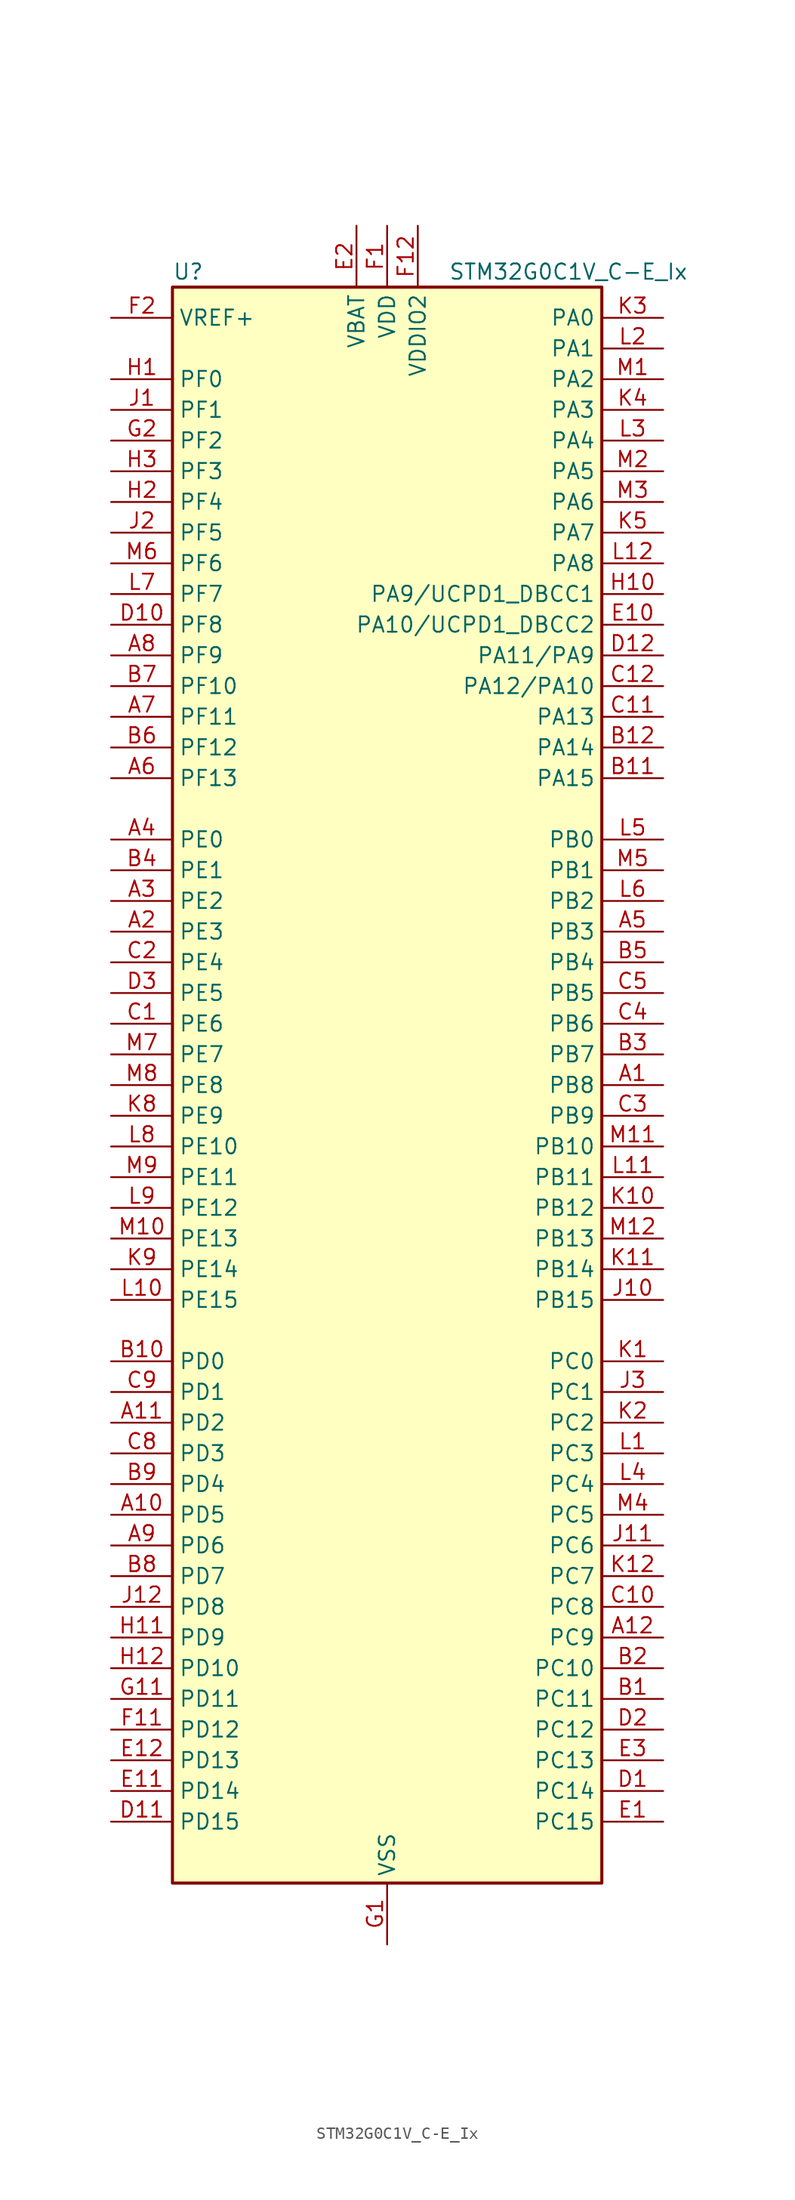
<source format=kicad_sym>
(kicad_symbol_lib
  (version 20231120)
  (generator "kicad_symbol_editor")
  (generator_version "8.0")
  (symbol "STM32G0C1V_C-E_Ix"
    (property "Reference" "U"
      (at -17.78 67.31 0)
      (effects (font (size 1.27 1.27)) (justify left)))
    (property "Value" "STM32G0C1V_C-E_Ix"
      (at 5.08 67.31 0)
      (effects (font (size 1.27 1.27)) (justify left)))
    (property "ki_locked" ""
      (at 0 0 0)
      (effects (font (size 1.27 1.27))))
    (symbol "STM32G0C1V_C-E_Ix_0_1"
      (rectangle (start -17.78 -66.04) (end 17.78 66.04) (stroke (width 0.254) (type default)) (fill (type background))))
    (symbol "STM32G0C1V_C-E_Ix_1_1"
      (pin bidirectional line (at 22.86 0 180) (length 5.08) (name "PB8" (effects (font (size 1.27 1.27)))) (number "A1" (effects (font (size 1.27 1.27)))) (alternate "CEC" bidirectional line) (alternate "FDCAN1_RX" bidirectional line) (alternate "I2C1_SCL" bidirectional line) (alternate "I2S2_CK" bidirectional line) (alternate "SPI2_SCK" bidirectional line) (alternate "TIM15_BK" bidirectional line) (alternate "TIM16_CH1" bidirectional line) (alternate "TIM4_CH3" bidirectional line) (alternate "USART3_TX" bidirectional line) (alternate "USART6_TX" bidirectional line))
      (pin bidirectional line (at -22.86 -35.56 0) (length 5.08) (name "PD5" (effects (font (size 1.27 1.27)))) (number "A10" (effects (font (size 1.27 1.27)))) (alternate "I2S1_MCK" bidirectional line) (alternate "SPI1_MISO" bidirectional line) (alternate "TIM1_BK" bidirectional line) (alternate "USART2_TX" bidirectional line) (alternate "USART5_CTS" bidirectional line) (alternate "USART5_NSS" bidirectional line))
      (pin bidirectional line (at -22.86 -27.94 0) (length 5.08) (name "PD2" (effects (font (size 1.27 1.27)))) (number "A11" (effects (font (size 1.27 1.27)))) (alternate "TIM1_CH1N" bidirectional line) (alternate "TIM3_ETR" bidirectional line) (alternate "UCPD2_CC2" bidirectional line) (alternate "USART3_CK" bidirectional line) (alternate "USART3_DE" bidirectional line) (alternate "USART3_RTS" bidirectional line) (alternate "USART5_RX" bidirectional line))
      (pin bidirectional line (at 22.86 -45.72 180) (length 5.08) (name "PC9" (effects (font (size 1.27 1.27)))) (number "A12" (effects (font (size 1.27 1.27)))) (alternate "DAC1_EXTI9" bidirectional line) (alternate "I2S_CKIN" bidirectional line) (alternate "LPUART2_DE" bidirectional line) (alternate "LPUART2_RTS" bidirectional line) (alternate "TIM1_CH2" bidirectional line) (alternate "TIM3_CH4" bidirectional line) (alternate "USB_NOE" bidirectional line))
      (pin bidirectional line (at -22.86 12.7 0) (length 5.08) (name "PE3" (effects (font (size 1.27 1.27)))) (number "A2" (effects (font (size 1.27 1.27)))) (alternate "TIM3_CH1" bidirectional line))
      (pin bidirectional line (at -22.86 15.24 0) (length 5.08) (name "PE2" (effects (font (size 1.27 1.27)))) (number "A3" (effects (font (size 1.27 1.27)))) (alternate "TIM3_ETR" bidirectional line))
      (pin bidirectional line (at -22.86 20.32 0) (length 5.08) (name "PE0" (effects (font (size 1.27 1.27)))) (number "A4" (effects (font (size 1.27 1.27)))) (alternate "TIM16_CH1" bidirectional line) (alternate "TIM4_ETR" bidirectional line))
      (pin bidirectional line (at 22.86 12.7 180) (length 5.08) (name "PB3" (effects (font (size 1.27 1.27)))) (number "A5" (effects (font (size 1.27 1.27)))) (alternate "COMP2_INM" bidirectional line) (alternate "I2C2_SCL" bidirectional line) (alternate "I2C3_SCL" bidirectional line) (alternate "I2S1_CK" bidirectional line) (alternate "SPI1_SCK" bidirectional line) (alternate "SPI3_SCK" bidirectional line) (alternate "TIM1_CH2" bidirectional line) (alternate "TIM2_CH2" bidirectional line) (alternate "USART1_CK" bidirectional line) (alternate "USART1_DE" bidirectional line) (alternate "USART1_RTS" bidirectional line) (alternate "USART5_TX" bidirectional line))
      (pin bidirectional line (at -22.86 25.4 0) (length 5.08) (name "PF13" (effects (font (size 1.27 1.27)))) (number "A6" (effects (font (size 1.27 1.27)))) (alternate "TIM15_CH2" bidirectional line))
      (pin bidirectional line (at -22.86 30.48 0) (length 5.08) (name "PF11" (effects (font (size 1.27 1.27)))) (number "A7" (effects (font (size 1.27 1.27)))) (alternate "ADC1_EXTI11" bidirectional line) (alternate "USART6_CK" bidirectional line) (alternate "USART6_DE" bidirectional line) (alternate "USART6_RTS" bidirectional line))
      (pin bidirectional line (at -22.86 35.56 0) (length 5.08) (name "PF9" (effects (font (size 1.27 1.27)))) (number "A8" (effects (font (size 1.27 1.27)))) (alternate "DAC1_EXTI9" bidirectional line) (alternate "USART6_TX" bidirectional line))
      (pin bidirectional line (at -22.86 -38.1 0) (length 5.08) (name "PD6" (effects (font (size 1.27 1.27)))) (number "A9" (effects (font (size 1.27 1.27)))) (alternate "I2S1_SD" bidirectional line) (alternate "LPTIM2_OUT" bidirectional line) (alternate "SPI1_MOSI" bidirectional line) (alternate "USART2_RX" bidirectional line))
      (pin bidirectional line (at 22.86 -50.8 180) (length 5.08) (name "PC11" (effects (font (size 1.27 1.27)))) (number "B1" (effects (font (size 1.27 1.27)))) (alternate "ADC1_EXTI11" bidirectional line) (alternate "SPI3_MISO" bidirectional line) (alternate "TIM1_CH4" bidirectional line) (alternate "USART3_RX" bidirectional line) (alternate "USART4_RX" bidirectional line))
      (pin bidirectional line (at -22.86 -22.86 0) (length 5.08) (name "PD0" (effects (font (size 1.27 1.27)))) (number "B10" (effects (font (size 1.27 1.27)))) (alternate "FDCAN1_RX" bidirectional line) (alternate "I2S2_WS" bidirectional line) (alternate "SPI2_NSS" bidirectional line) (alternate "TIM16_CH1" bidirectional line) (alternate "UCPD2_CC1" bidirectional line))
      (pin bidirectional line (at 22.86 25.4 180) (length 5.08) (name "PA15" (effects (font (size 1.27 1.27)))) (number "B11" (effects (font (size 1.27 1.27)))) (alternate "I2C2_SMBA" bidirectional line) (alternate "I2S1_WS" bidirectional line) (alternate "RCC_MCO_2" bidirectional line) (alternate "SPI1_NSS" bidirectional line) (alternate "SPI3_NSS" bidirectional line) (alternate "TIM2_CH1" bidirectional line) (alternate "TIM2_ETR" bidirectional line) (alternate "USART2_RX" bidirectional line) (alternate "USART3_CK" bidirectional line) (alternate "USART3_DE" bidirectional line) (alternate "USART3_RTS" bidirectional line) (alternate "USART4_CK" bidirectional line) (alternate "USART4_DE" bidirectional line) (alternate "USART4_RTS" bidirectional line) (alternate "USB_NOE" bidirectional line))
      (pin bidirectional line (at 22.86 27.94 180) (length 5.08) (name "PA14" (effects (font (size 1.27 1.27)))) (number "B12" (effects (font (size 1.27 1.27)))) (alternate "LPUART2_TX" bidirectional line) (alternate "SYS_SWCLK" bidirectional line) (alternate "USART2_TX" bidirectional line))
      (pin bidirectional line (at 22.86 -48.26 180) (length 5.08) (name "PC10" (effects (font (size 1.27 1.27)))) (number "B2" (effects (font (size 1.27 1.27)))) (alternate "SPI3_SCK" bidirectional line) (alternate "TIM1_CH3" bidirectional line) (alternate "USART3_TX" bidirectional line) (alternate "USART4_TX" bidirectional line))
      (pin bidirectional line (at 22.86 2.54 180) (length 5.08) (name "PB7" (effects (font (size 1.27 1.27)))) (number "B3" (effects (font (size 1.27 1.27)))) (alternate "COMP2_INM" bidirectional line) (alternate "I2C1_SDA" bidirectional line) (alternate "I2S2_SD" bidirectional line) (alternate "LPTIM1_IN2" bidirectional line) (alternate "LPUART2_RX" bidirectional line) (alternate "SPI2_MOSI" bidirectional line) (alternate "SYS_PVD_IN" bidirectional line) (alternate "TIM17_CH1N" bidirectional line) (alternate "TIM4_CH2" bidirectional line) (alternate "USART1_RX" bidirectional line) (alternate "USART4_CTS" bidirectional line) (alternate "USART4_NSS" bidirectional line))
      (pin bidirectional line (at -22.86 17.78 0) (length 5.08) (name "PE1" (effects (font (size 1.27 1.27)))) (number "B4" (effects (font (size 1.27 1.27)))) (alternate "TIM17_CH1" bidirectional line))
      (pin bidirectional line (at 22.86 10.16 180) (length 5.08) (name "PB4" (effects (font (size 1.27 1.27)))) (number "B5" (effects (font (size 1.27 1.27)))) (alternate "COMP2_INP" bidirectional line) (alternate "I2C2_SDA" bidirectional line) (alternate "I2C3_SDA" bidirectional line) (alternate "I2S1_MCK" bidirectional line) (alternate "SPI1_MISO" bidirectional line) (alternate "SPI3_MISO" bidirectional line) (alternate "TIM17_BK" bidirectional line) (alternate "TIM3_CH1" bidirectional line) (alternate "USART1_CTS" bidirectional line) (alternate "USART1_NSS" bidirectional line) (alternate "USART5_RX" bidirectional line))
      (pin bidirectional line (at -22.86 27.94 0) (length 5.08) (name "PF12" (effects (font (size 1.27 1.27)))) (number "B6" (effects (font (size 1.27 1.27)))) (alternate "TIM15_CH1" bidirectional line) (alternate "USART6_CTS" bidirectional line) (alternate "USART6_NSS" bidirectional line))
      (pin bidirectional line (at -22.86 33.02 0) (length 5.08) (name "PF10" (effects (font (size 1.27 1.27)))) (number "B7" (effects (font (size 1.27 1.27)))) (alternate "USART6_RX" bidirectional line))
      (pin bidirectional line (at -22.86 -40.64 0) (length 5.08) (name "PD7" (effects (font (size 1.27 1.27)))) (number "B8" (effects (font (size 1.27 1.27)))) (alternate "RCC_MCO_2" bidirectional line))
      (pin bidirectional line (at -22.86 -33.02 0) (length 5.08) (name "PD4" (effects (font (size 1.27 1.27)))) (number "B9" (effects (font (size 1.27 1.27)))) (alternate "I2S2_SD" bidirectional line) (alternate "SPI2_MOSI" bidirectional line) (alternate "TIM1_CH3N" bidirectional line) (alternate "USART2_CK" bidirectional line) (alternate "USART2_DE" bidirectional line) (alternate "USART2_RTS" bidirectional line) (alternate "USART5_CK" bidirectional line) (alternate "USART5_DE" bidirectional line) (alternate "USART5_RTS" bidirectional line))
      (pin bidirectional line (at -22.86 5.08 0) (length 5.08) (name "PE6" (effects (font (size 1.27 1.27)))) (number "C1" (effects (font (size 1.27 1.27)))) (alternate "RTC_TAMP_IN3" bidirectional line) (alternate "SYS_WKUP3" bidirectional line) (alternate "TIM3_CH4" bidirectional line))
      (pin bidirectional line (at 22.86 -43.18 180) (length 5.08) (name "PC8" (effects (font (size 1.27 1.27)))) (number "C10" (effects (font (size 1.27 1.27)))) (alternate "LPUART2_CTS" bidirectional line) (alternate "TIM1_CH1" bidirectional line) (alternate "TIM3_CH3" bidirectional line) (alternate "UCPD2_FRSTX1" bidirectional line) (alternate "UCPD2_FRSTX2" bidirectional line))
      (pin bidirectional line (at 22.86 30.48 180) (length 5.08) (name "PA13" (effects (font (size 1.27 1.27)))) (number "C11" (effects (font (size 1.27 1.27)))) (alternate "IR_OUT" bidirectional line) (alternate "LPUART2_RX" bidirectional line) (alternate "SYS_SWDIO" bidirectional line) (alternate "USB_NOE" bidirectional line))
      (pin bidirectional line (at 22.86 33.02 180) (length 5.08) (name "PA12/PA10" (effects (font (size 1.27 1.27)))) (number "C12" (effects (font (size 1.27 1.27)))) (alternate "COMP2_OUT" bidirectional line) (alternate "FDCAN1_TX" bidirectional line) (alternate "I2C2_SDA" bidirectional line) (alternate "I2S1_SD" bidirectional line) (alternate "I2S_CKIN" bidirectional line) (alternate "SPI1_MOSI" bidirectional line) (alternate "TIM1_ETR" bidirectional line) (alternate "USART1_CK" bidirectional line) (alternate "USART1_DE" bidirectional line) (alternate "USART1_RTS" bidirectional line) (alternate "USB_DP" bidirectional line))
      (pin bidirectional line (at -22.86 10.16 0) (length 5.08) (name "PE4" (effects (font (size 1.27 1.27)))) (number "C2" (effects (font (size 1.27 1.27)))) (alternate "TIM3_CH2" bidirectional line))
      (pin bidirectional line (at 22.86 -2.54 180) (length 5.08) (name "PB9" (effects (font (size 1.27 1.27)))) (number "C3" (effects (font (size 1.27 1.27)))) (alternate "DAC1_EXTI9" bidirectional line) (alternate "FDCAN1_TX" bidirectional line) (alternate "I2C1_SDA" bidirectional line) (alternate "I2S2_WS" bidirectional line) (alternate "IR_OUT" bidirectional line) (alternate "SPI2_NSS" bidirectional line) (alternate "TIM17_CH1" bidirectional line) (alternate "TIM4_CH4" bidirectional line) (alternate "UCPD2_FRSTX1" bidirectional line) (alternate "UCPD2_FRSTX2" bidirectional line) (alternate "USART3_RX" bidirectional line) (alternate "USART6_RX" bidirectional line))
      (pin bidirectional line (at 22.86 5.08 180) (length 5.08) (name "PB6" (effects (font (size 1.27 1.27)))) (number "C4" (effects (font (size 1.27 1.27)))) (alternate "COMP2_INP" bidirectional line) (alternate "FDCAN2_TX" bidirectional line) (alternate "I2C1_SCL" bidirectional line) (alternate "I2S2_MCK" bidirectional line) (alternate "LPTIM1_ETR" bidirectional line) (alternate "LPUART2_TX" bidirectional line) (alternate "SPI2_MISO" bidirectional line) (alternate "TIM16_CH1N" bidirectional line) (alternate "TIM1_CH3" bidirectional line) (alternate "TIM4_CH1" bidirectional line) (alternate "USART1_TX" bidirectional line) (alternate "USART5_CTS" bidirectional line) (alternate "USART5_NSS" bidirectional line))
      (pin bidirectional line (at 22.86 7.62 180) (length 5.08) (name "PB5" (effects (font (size 1.27 1.27)))) (number "C5" (effects (font (size 1.27 1.27)))) (alternate "COMP2_OUT" bidirectional line) (alternate "FDCAN2_RX" bidirectional line) (alternate "I2C1_SMBA" bidirectional line) (alternate "I2S1_SD" bidirectional line) (alternate "LPTIM1_IN1" bidirectional line) (alternate "SPI1_MOSI" bidirectional line) (alternate "SPI3_MOSI" bidirectional line) (alternate "SYS_WKUP6" bidirectional line) (alternate "TIM16_BK" bidirectional line) (alternate "TIM3_CH2" bidirectional line) (alternate "USART5_CK" bidirectional line) (alternate "USART5_DE" bidirectional line) (alternate "USART5_RTS" bidirectional line))
      (pin bidirectional line (at -22.86 -30.48 0) (length 5.08) (name "PD3" (effects (font (size 1.27 1.27)))) (number "C8" (effects (font (size 1.27 1.27)))) (alternate "I2S2_MCK" bidirectional line) (alternate "SPI2_MISO" bidirectional line) (alternate "TIM1_CH2N" bidirectional line) (alternate "UCPD2_DBCC2" bidirectional line) (alternate "USART2_CTS" bidirectional line) (alternate "USART2_NSS" bidirectional line) (alternate "USART5_TX" bidirectional line))
      (pin bidirectional line (at -22.86 -25.4 0) (length 5.08) (name "PD1" (effects (font (size 1.27 1.27)))) (number "C9" (effects (font (size 1.27 1.27)))) (alternate "FDCAN1_TX" bidirectional line) (alternate "I2S2_CK" bidirectional line) (alternate "SPI2_SCK" bidirectional line) (alternate "TIM17_CH1" bidirectional line) (alternate "UCPD2_DBCC1" bidirectional line))
      (pin bidirectional line (at 22.86 -58.42 180) (length 5.08) (name "PC14" (effects (font (size 1.27 1.27)))) (number "D1" (effects (font (size 1.27 1.27)))) (alternate "RCC_OSC32_IN" bidirectional line) (alternate "TIM1_BK2" bidirectional line))
      (pin bidirectional line (at -22.86 38.1 0) (length 5.08) (name "PF8" (effects (font (size 1.27 1.27)))) (number "D10" (effects (font (size 1.27 1.27)))))
      (pin bidirectional line (at -22.86 -60.96 0) (length 5.08) (name "PD15" (effects (font (size 1.27 1.27)))) (number "D11" (effects (font (size 1.27 1.27)))) (alternate "CRS1_SYNC" bidirectional line) (alternate "FDCAN2_TX" bidirectional line) (alternate "LPUART2_DE" bidirectional line) (alternate "LPUART2_RTS" bidirectional line) (alternate "TIM4_CH4" bidirectional line))
      (pin bidirectional line (at 22.86 35.56 180) (length 5.08) (name "PA11/PA9" (effects (font (size 1.27 1.27)))) (number "D12" (effects (font (size 1.27 1.27)))) (alternate "ADC1_EXTI11" bidirectional line) (alternate "COMP1_OUT" bidirectional line) (alternate "FDCAN1_RX" bidirectional line) (alternate "I2C2_SCL" bidirectional line) (alternate "I2S1_MCK" bidirectional line) (alternate "SPI1_MISO" bidirectional line) (alternate "TIM1_BK2" bidirectional line) (alternate "TIM1_CH4" bidirectional line) (alternate "USART1_CTS" bidirectional line) (alternate "USART1_NSS" bidirectional line) (alternate "USB_DM" bidirectional line))
      (pin bidirectional line (at 22.86 -53.34 180) (length 5.08) (name "PC12" (effects (font (size 1.27 1.27)))) (number "D2" (effects (font (size 1.27 1.27)))) (alternate "LPTIM1_IN1" bidirectional line) (alternate "SPI3_MOSI" bidirectional line) (alternate "TIM14_CH1" bidirectional line) (alternate "UCPD1_FRSTX1" bidirectional line) (alternate "UCPD1_FRSTX2" bidirectional line) (alternate "USART5_TX" bidirectional line))
      (pin bidirectional line (at -22.86 7.62 0) (length 5.08) (name "PE5" (effects (font (size 1.27 1.27)))) (number "D3" (effects (font (size 1.27 1.27)))) (alternate "TIM3_CH3" bidirectional line))
      (pin bidirectional line (at 22.86 -60.96 180) (length 5.08) (name "PC15" (effects (font (size 1.27 1.27)))) (number "E1" (effects (font (size 1.27 1.27)))) (alternate "RCC_OSC32_EN" bidirectional line) (alternate "RCC_OSC32_OUT" bidirectional line) (alternate "RCC_OSC_EN" bidirectional line) (alternate "TIM15_BK" bidirectional line))
      (pin bidirectional line (at 22.86 38.1 180) (length 5.08) (name "PA10/UCPD1_DBCC2" (effects (font (size 1.27 1.27)))) (number "E10" (effects (font (size 1.27 1.27)))) (alternate "I2C1_SDA" bidirectional line) (alternate "I2C2_SDA" bidirectional line) (alternate "I2S2_SD" bidirectional line) (alternate "RCC_MCO_2" bidirectional line) (alternate "SPI2_MOSI" bidirectional line) (alternate "TIM17_BK" bidirectional line) (alternate "TIM1_CH3" bidirectional line) (alternate "UCPD1_DBCC2" bidirectional line) (alternate "USART1_RX" bidirectional line))
      (pin bidirectional line (at -22.86 -58.42 0) (length 5.08) (name "PD14" (effects (font (size 1.27 1.27)))) (number "E11" (effects (font (size 1.27 1.27)))) (alternate "FDCAN2_RX" bidirectional line) (alternate "LPUART2_CTS" bidirectional line) (alternate "TIM4_CH3" bidirectional line))
      (pin bidirectional line (at -22.86 -55.88 0) (length 5.08) (name "PD13" (effects (font (size 1.27 1.27)))) (number "E12" (effects (font (size 1.27 1.27)))) (alternate "FDCAN1_TX" bidirectional line) (alternate "LPTIM2_OUT" bidirectional line) (alternate "TIM4_CH2" bidirectional line))
      (pin power_in line (at -2.54 71.12 270) (length 5.08) (name "VBAT" (effects (font (size 1.27 1.27)))) (number "E2" (effects (font (size 1.27 1.27)))))
      (pin bidirectional line (at 22.86 -55.88 180) (length 5.08) (name "PC13" (effects (font (size 1.27 1.27)))) (number "E3" (effects (font (size 1.27 1.27)))) (alternate "RTC_OUT1" bidirectional line) (alternate "RTC_TAMP_IN1" bidirectional line) (alternate "RTC_TS" bidirectional line) (alternate "SYS_WKUP2" bidirectional line) (alternate "TIM1_BK" bidirectional line))
      (pin power_in line (at 0 71.12 270) (length 5.08) (name "VDD" (effects (font (size 1.27 1.27)))) (number "F1" (effects (font (size 1.27 1.27)))))
      (pin bidirectional line (at -22.86 -53.34 0) (length 5.08) (name "PD12" (effects (font (size 1.27 1.27)))) (number "F11" (effects (font (size 1.27 1.27)))) (alternate "FDCAN1_RX" bidirectional line) (alternate "LPTIM2_IN1" bidirectional line) (alternate "TIM4_CH1" bidirectional line) (alternate "USART3_CK" bidirectional line) (alternate "USART3_DE" bidirectional line) (alternate "USART3_RTS" bidirectional line))
      (pin power_in line (at 2.54 71.12 270) (length 5.08) (name "VDDIO2" (effects (font (size 1.27 1.27)))) (number "F12" (effects (font (size 1.27 1.27)))))
      (pin input line (at -22.86 63.5 0) (length 5.08) (name "VREF+" (effects (font (size 1.27 1.27)))) (number "F2" (effects (font (size 1.27 1.27)))) (alternate "VREFBUF_OUT" bidirectional line))
      (pin power_in line (at 0 -71.12 90) (length 5.08) (name "VSS" (effects (font (size 1.27 1.27)))) (number "G1" (effects (font (size 1.27 1.27)))))
      (pin bidirectional line (at -22.86 -50.8 0) (length 5.08) (name "PD11" (effects (font (size 1.27 1.27)))) (number "G11" (effects (font (size 1.27 1.27)))) (alternate "ADC1_EXTI11" bidirectional line) (alternate "LPTIM2_ETR" bidirectional line) (alternate "USART3_CTS" bidirectional line) (alternate "USART3_NSS" bidirectional line))
      (pin passive line (at 0 -71.12 90) (length 5.08) hide (name "VSS" (effects (font (size 1.27 1.27)))) (number "G12" (effects (font (size 1.27 1.27)))))
      (pin bidirectional line (at -22.86 53.34 0) (length 5.08) (name "PF2" (effects (font (size 1.27 1.27)))) (number "G2" (effects (font (size 1.27 1.27)))) (alternate "LPUART2_DE" bidirectional line) (alternate "LPUART2_RTS" bidirectional line) (alternate "LPUART2_TX" bidirectional line) (alternate "RCC_MCO" bidirectional line))
      (pin bidirectional line (at -22.86 58.42 0) (length 5.08) (name "PF0" (effects (font (size 1.27 1.27)))) (number "H1" (effects (font (size 1.27 1.27)))) (alternate "CRS1_SYNC" bidirectional line) (alternate "RCC_OSC_IN" bidirectional line) (alternate "TIM14_CH1" bidirectional line))
      (pin bidirectional line (at 22.86 40.64 180) (length 5.08) (name "PA9/UCPD1_DBCC1" (effects (font (size 1.27 1.27)))) (number "H10" (effects (font (size 1.27 1.27)))) (alternate "DAC1_EXTI9" bidirectional line) (alternate "I2C1_SCL" bidirectional line) (alternate "I2C2_SCL" bidirectional line) (alternate "I2S2_MCK" bidirectional line) (alternate "RCC_MCO" bidirectional line) (alternate "SPI2_MISO" bidirectional line) (alternate "TIM15_BK" bidirectional line) (alternate "TIM1_CH2" bidirectional line) (alternate "UCPD1_DBCC1" bidirectional line) (alternate "USART1_TX" bidirectional line))
      (pin bidirectional line (at -22.86 -45.72 0) (length 5.08) (name "PD9" (effects (font (size 1.27 1.27)))) (number "H11" (effects (font (size 1.27 1.27)))) (alternate "DAC1_EXTI9" bidirectional line) (alternate "I2S1_WS" bidirectional line) (alternate "SPI1_NSS" bidirectional line) (alternate "TIM1_BK2" bidirectional line) (alternate "USART3_RX" bidirectional line))
      (pin bidirectional line (at -22.86 -48.26 0) (length 5.08) (name "PD10" (effects (font (size 1.27 1.27)))) (number "H12" (effects (font (size 1.27 1.27)))) (alternate "RCC_MCO" bidirectional line))
      (pin bidirectional line (at -22.86 48.26 0) (length 5.08) (name "PF4" (effects (font (size 1.27 1.27)))) (number "H2" (effects (font (size 1.27 1.27)))) (alternate "LPUART1_TX" bidirectional line))
      (pin bidirectional line (at -22.86 50.8 0) (length 5.08) (name "PF3" (effects (font (size 1.27 1.27)))) (number "H3" (effects (font (size 1.27 1.27)))) (alternate "LPUART2_RX" bidirectional line) (alternate "USART6_CK" bidirectional line) (alternate "USART6_DE" bidirectional line) (alternate "USART6_RTS" bidirectional line))
      (pin bidirectional line (at -22.86 55.88 0) (length 5.08) (name "PF1" (effects (font (size 1.27 1.27)))) (number "J1" (effects (font (size 1.27 1.27)))) (alternate "RCC_OSC_EN" bidirectional line) (alternate "RCC_OSC_OUT" bidirectional line) (alternate "TIM15_CH1N" bidirectional line))
      (pin bidirectional line (at 22.86 -17.78 180) (length 5.08) (name "PB15" (effects (font (size 1.27 1.27)))) (number "J10" (effects (font (size 1.27 1.27)))) (alternate "I2S2_SD" bidirectional line) (alternate "RTC_REFIN" bidirectional line) (alternate "SPI2_MOSI" bidirectional line) (alternate "TIM15_CH1N" bidirectional line) (alternate "TIM15_CH2" bidirectional line) (alternate "TIM1_CH3N" bidirectional line) (alternate "UCPD1_CC2" bidirectional line) (alternate "USART6_CTS" bidirectional line) (alternate "USART6_NSS" bidirectional line))
      (pin bidirectional line (at 22.86 -38.1 180) (length 5.08) (name "PC6" (effects (font (size 1.27 1.27)))) (number "J11" (effects (font (size 1.27 1.27)))) (alternate "LPUART2_TX" bidirectional line) (alternate "TIM2_CH3" bidirectional line) (alternate "TIM3_CH1" bidirectional line) (alternate "UCPD1_FRSTX1" bidirectional line) (alternate "UCPD1_FRSTX2" bidirectional line))
      (pin bidirectional line (at -22.86 -43.18 0) (length 5.08) (name "PD8" (effects (font (size 1.27 1.27)))) (number "J12" (effects (font (size 1.27 1.27)))) (alternate "I2S1_CK" bidirectional line) (alternate "LPTIM1_OUT" bidirectional line) (alternate "SPI1_SCK" bidirectional line) (alternate "USART3_TX" bidirectional line))
      (pin bidirectional line (at -22.86 45.72 0) (length 5.08) (name "PF5" (effects (font (size 1.27 1.27)))) (number "J2" (effects (font (size 1.27 1.27)))) (alternate "LPUART1_RX" bidirectional line))
      (pin bidirectional line (at 22.86 -25.4 180) (length 5.08) (name "PC1" (effects (font (size 1.27 1.27)))) (number "J3" (effects (font (size 1.27 1.27)))) (alternate "COMP3_INP" bidirectional line) (alternate "I2C3_SDA" bidirectional line) (alternate "LPTIM1_OUT" bidirectional line) (alternate "LPUART1_TX" bidirectional line) (alternate "LPUART2_RX" bidirectional line) (alternate "TIM15_CH1" bidirectional line) (alternate "USART6_RX" bidirectional line))
      (pin bidirectional line (at 22.86 -22.86 180) (length 5.08) (name "PC0" (effects (font (size 1.27 1.27)))) (number "K1" (effects (font (size 1.27 1.27)))) (alternate "COMP3_INM" bidirectional line) (alternate "COMP3_OUT" bidirectional line) (alternate "I2C3_SCL" bidirectional line) (alternate "LPTIM1_IN1" bidirectional line) (alternate "LPTIM2_IN1" bidirectional line) (alternate "LPUART1_RX" bidirectional line) (alternate "LPUART2_TX" bidirectional line) (alternate "USART6_TX" bidirectional line))
      (pin bidirectional line (at 22.86 -10.16 180) (length 5.08) (name "PB12" (effects (font (size 1.27 1.27)))) (number "K10" (effects (font (size 1.27 1.27)))) (alternate "ADC1_IN16" bidirectional line) (alternate "FDCAN2_RX" bidirectional line) (alternate "I2C2_SMBA" bidirectional line) (alternate "I2S2_WS" bidirectional line) (alternate "LPUART1_DE" bidirectional line) (alternate "LPUART1_RTS" bidirectional line) (alternate "SPI2_NSS" bidirectional line) (alternate "TIM15_BK" bidirectional line) (alternate "TIM1_BK" bidirectional line) (alternate "UCPD2_FRSTX1" bidirectional line) (alternate "UCPD2_FRSTX2" bidirectional line))
      (pin bidirectional line (at 22.86 -15.24 180) (length 5.08) (name "PB14" (effects (font (size 1.27 1.27)))) (number "K11" (effects (font (size 1.27 1.27)))) (alternate "I2C2_SDA" bidirectional line) (alternate "I2S2_MCK" bidirectional line) (alternate "SPI2_MISO" bidirectional line) (alternate "TIM15_CH1" bidirectional line) (alternate "TIM1_CH2N" bidirectional line) (alternate "UCPD1_FRSTX1" bidirectional line) (alternate "UCPD1_FRSTX2" bidirectional line) (alternate "USART3_CK" bidirectional line) (alternate "USART3_DE" bidirectional line) (alternate "USART3_RTS" bidirectional line) (alternate "USART6_CK" bidirectional line) (alternate "USART6_DE" bidirectional line) (alternate "USART6_RTS" bidirectional line))
      (pin bidirectional line (at 22.86 -40.64 180) (length 5.08) (name "PC7" (effects (font (size 1.27 1.27)))) (number "K12" (effects (font (size 1.27 1.27)))) (alternate "LPUART2_RX" bidirectional line) (alternate "TIM2_CH4" bidirectional line) (alternate "TIM3_CH2" bidirectional line) (alternate "UCPD2_FRSTX1" bidirectional line) (alternate "UCPD2_FRSTX2" bidirectional line))
      (pin bidirectional line (at 22.86 -27.94 180) (length 5.08) (name "PC2" (effects (font (size 1.27 1.27)))) (number "K2" (effects (font (size 1.27 1.27)))) (alternate "COMP3_OUT" bidirectional line) (alternate "FDCAN2_RX" bidirectional line) (alternate "I2S2_MCK" bidirectional line) (alternate "LPTIM1_IN2" bidirectional line) (alternate "SPI2_MISO" bidirectional line) (alternate "TIM15_CH2" bidirectional line))
      (pin bidirectional line (at 22.86 63.5 180) (length 5.08) (name "PA0" (effects (font (size 1.27 1.27)))) (number "K3" (effects (font (size 1.27 1.27)))) (alternate "ADC1_IN0" bidirectional line) (alternate "COMP1_INM" bidirectional line) (alternate "COMP1_OUT" bidirectional line) (alternate "I2S2_CK" bidirectional line) (alternate "LPTIM1_OUT" bidirectional line) (alternate "RTC_TAMP_IN2" bidirectional line) (alternate "SPI2_SCK" bidirectional line) (alternate "SYS_WKUP1" bidirectional line) (alternate "TIM2_CH1" bidirectional line) (alternate "TIM2_ETR" bidirectional line) (alternate "UCPD2_FRSTX1" bidirectional line) (alternate "UCPD2_FRSTX2" bidirectional line) (alternate "USART2_CTS" bidirectional line) (alternate "USART2_NSS" bidirectional line) (alternate "USART4_TX" bidirectional line))
      (pin bidirectional line (at 22.86 55.88 180) (length 5.08) (name "PA3" (effects (font (size 1.27 1.27)))) (number "K4" (effects (font (size 1.27 1.27)))) (alternate "ADC1_IN3" bidirectional line) (alternate "COMP2_INP" bidirectional line) (alternate "I2S2_MCK" bidirectional line) (alternate "LPUART1_RX" bidirectional line) (alternate "SPI2_MISO" bidirectional line) (alternate "TIM15_CH2" bidirectional line) (alternate "TIM2_CH4" bidirectional line) (alternate "UCPD2_FRSTX1" bidirectional line) (alternate "UCPD2_FRSTX2" bidirectional line) (alternate "USART2_RX" bidirectional line))
      (pin bidirectional line (at 22.86 45.72 180) (length 5.08) (name "PA7" (effects (font (size 1.27 1.27)))) (number "K5" (effects (font (size 1.27 1.27)))) (alternate "ADC1_IN7" bidirectional line) (alternate "COMP2_OUT" bidirectional line) (alternate "I2C2_SCL" bidirectional line) (alternate "I2C3_SCL" bidirectional line) (alternate "I2S1_SD" bidirectional line) (alternate "SPI1_MOSI" bidirectional line) (alternate "TIM14_CH1" bidirectional line) (alternate "TIM17_CH1" bidirectional line) (alternate "TIM1_CH1N" bidirectional line) (alternate "TIM3_CH2" bidirectional line) (alternate "UCPD1_FRSTX1" bidirectional line) (alternate "UCPD1_FRSTX2" bidirectional line) (alternate "USART6_CK" bidirectional line) (alternate "USART6_DE" bidirectional line) (alternate "USART6_RTS" bidirectional line))
      (pin bidirectional line (at -22.86 -2.54 0) (length 5.08) (name "PE9" (effects (font (size 1.27 1.27)))) (number "K8" (effects (font (size 1.27 1.27)))) (alternate "DAC1_EXTI9" bidirectional line) (alternate "TIM1_CH1" bidirectional line) (alternate "USART4_RX" bidirectional line))
      (pin bidirectional line (at -22.86 -15.24 0) (length 5.08) (name "PE14" (effects (font (size 1.27 1.27)))) (number "K9" (effects (font (size 1.27 1.27)))) (alternate "I2S1_MCK" bidirectional line) (alternate "SPI1_MISO" bidirectional line) (alternate "TIM1_BK2" bidirectional line) (alternate "TIM1_CH4" bidirectional line))
      (pin bidirectional line (at 22.86 -30.48 180) (length 5.08) (name "PC3" (effects (font (size 1.27 1.27)))) (number "L1" (effects (font (size 1.27 1.27)))) (alternate "FDCAN2_TX" bidirectional line) (alternate "I2S2_SD" bidirectional line) (alternate "LPTIM1_ETR" bidirectional line) (alternate "LPTIM2_ETR" bidirectional line) (alternate "SPI2_MOSI" bidirectional line))
      (pin bidirectional line (at -22.86 -17.78 0) (length 5.08) (name "PE15" (effects (font (size 1.27 1.27)))) (number "L10" (effects (font (size 1.27 1.27)))) (alternate "I2S1_SD" bidirectional line) (alternate "SPI1_MOSI" bidirectional line) (alternate "TIM1_BK" bidirectional line))
      (pin bidirectional line (at 22.86 -7.62 180) (length 5.08) (name "PB11" (effects (font (size 1.27 1.27)))) (number "L11" (effects (font (size 1.27 1.27)))) (alternate "ADC1_EXTI11" bidirectional line) (alternate "ADC1_IN15" bidirectional line) (alternate "COMP2_OUT" bidirectional line) (alternate "I2C2_SDA" bidirectional line) (alternate "I2S2_SD" bidirectional line) (alternate "LPUART1_TX" bidirectional line) (alternate "SPI2_MOSI" bidirectional line) (alternate "TIM2_CH4" bidirectional line) (alternate "USART3_RX" bidirectional line))
      (pin bidirectional line (at 22.86 43.18 180) (length 5.08) (name "PA8" (effects (font (size 1.27 1.27)))) (number "L12" (effects (font (size 1.27 1.27)))) (alternate "CRS1_SYNC" bidirectional line) (alternate "I2C2_SMBA" bidirectional line) (alternate "I2S2_WS" bidirectional line) (alternate "LPTIM2_OUT" bidirectional line) (alternate "RCC_MCO" bidirectional line) (alternate "SPI2_NSS" bidirectional line) (alternate "TIM1_CH1" bidirectional line) (alternate "UCPD1_CC1" bidirectional line))
      (pin bidirectional line (at 22.86 60.96 180) (length 5.08) (name "PA1" (effects (font (size 1.27 1.27)))) (number "L2" (effects (font (size 1.27 1.27)))) (alternate "ADC1_IN1" bidirectional line) (alternate "COMP1_INP" bidirectional line) (alternate "I2C1_SMBA" bidirectional line) (alternate "I2S1_CK" bidirectional line) (alternate "SPI1_SCK" bidirectional line) (alternate "TIM15_CH1N" bidirectional line) (alternate "TIM2_CH2" bidirectional line) (alternate "USART2_CK" bidirectional line) (alternate "USART2_DE" bidirectional line) (alternate "USART2_RTS" bidirectional line) (alternate "USART4_RX" bidirectional line))
      (pin bidirectional line (at 22.86 53.34 180) (length 5.08) (name "PA4" (effects (font (size 1.27 1.27)))) (number "L3" (effects (font (size 1.27 1.27)))) (alternate "ADC1_IN4" bidirectional line) (alternate "DAC1_OUT1" bidirectional line) (alternate "I2S1_WS" bidirectional line) (alternate "I2S2_SD" bidirectional line) (alternate "LPTIM2_OUT" bidirectional line) (alternate "RTC_OUT2" bidirectional line) (alternate "SPI1_NSS" bidirectional line) (alternate "SPI2_MOSI" bidirectional line) (alternate "SPI3_NSS" bidirectional line) (alternate "TIM14_CH1" bidirectional line) (alternate "UCPD2_FRSTX1" bidirectional line) (alternate "UCPD2_FRSTX2" bidirectional line) (alternate "USART6_TX" bidirectional line) (alternate "USB_NOE" bidirectional line))
      (pin bidirectional line (at 22.86 -33.02 180) (length 5.08) (name "PC4" (effects (font (size 1.27 1.27)))) (number "L4" (effects (font (size 1.27 1.27)))) (alternate "ADC1_IN17" bidirectional line) (alternate "COMP1_INM" bidirectional line) (alternate "FDCAN1_RX" bidirectional line) (alternate "TIM2_CH1" bidirectional line) (alternate "TIM2_ETR" bidirectional line) (alternate "USART1_TX" bidirectional line) (alternate "USART3_TX" bidirectional line))
      (pin bidirectional line (at 22.86 20.32 180) (length 5.08) (name "PB0" (effects (font (size 1.27 1.27)))) (number "L5" (effects (font (size 1.27 1.27)))) (alternate "ADC1_IN8" bidirectional line) (alternate "COMP1_OUT" bidirectional line) (alternate "COMP3_INP" bidirectional line) (alternate "FDCAN2_RX" bidirectional line) (alternate "I2S1_WS" bidirectional line) (alternate "LPTIM1_OUT" bidirectional line) (alternate "LPUART2_CTS" bidirectional line) (alternate "SPI1_NSS" bidirectional line) (alternate "TIM1_CH2N" bidirectional line) (alternate "TIM3_CH3" bidirectional line) (alternate "UCPD1_FRSTX1" bidirectional line) (alternate "UCPD1_FRSTX2" bidirectional line) (alternate "USART3_RX" bidirectional line) (alternate "USART5_TX" bidirectional line))
      (pin bidirectional line (at 22.86 15.24 180) (length 5.08) (name "PB2" (effects (font (size 1.27 1.27)))) (number "L6" (effects (font (size 1.27 1.27)))) (alternate "ADC1_IN10" bidirectional line) (alternate "COMP1_INP" bidirectional line) (alternate "COMP3_INM" bidirectional line) (alternate "I2S2_MCK" bidirectional line) (alternate "LPTIM1_OUT" bidirectional line) (alternate "RCC_MCO_2" bidirectional line) (alternate "SPI2_MISO" bidirectional line) (alternate "USART3_TX" bidirectional line))
      (pin bidirectional line (at -22.86 40.64 0) (length 5.08) (name "PF7" (effects (font (size 1.27 1.27)))) (number "L7" (effects (font (size 1.27 1.27)))) (alternate "LPUART1_CTS" bidirectional line) (alternate "USART5_CTS" bidirectional line) (alternate "USART5_NSS" bidirectional line))
      (pin bidirectional line (at -22.86 -5.08 0) (length 5.08) (name "PE10" (effects (font (size 1.27 1.27)))) (number "L8" (effects (font (size 1.27 1.27)))) (alternate "TIM1_CH2N" bidirectional line) (alternate "USART5_TX" bidirectional line))
      (pin bidirectional line (at -22.86 -10.16 0) (length 5.08) (name "PE12" (effects (font (size 1.27 1.27)))) (number "L9" (effects (font (size 1.27 1.27)))) (alternate "I2S1_WS" bidirectional line) (alternate "SPI1_NSS" bidirectional line) (alternate "TIM1_CH3N" bidirectional line))
      (pin bidirectional line (at 22.86 58.42 180) (length 5.08) (name "PA2" (effects (font (size 1.27 1.27)))) (number "M1" (effects (font (size 1.27 1.27)))) (alternate "ADC1_IN2" bidirectional line) (alternate "COMP2_INM" bidirectional line) (alternate "COMP2_OUT" bidirectional line) (alternate "I2S1_SD" bidirectional line) (alternate "LPUART1_TX" bidirectional line) (alternate "RCC_LSCO" bidirectional line) (alternate "SPI1_MOSI" bidirectional line) (alternate "SYS_WKUP4" bidirectional line) (alternate "TIM15_CH1" bidirectional line) (alternate "TIM2_CH3" bidirectional line) (alternate "UCPD1_FRSTX1" bidirectional line) (alternate "UCPD1_FRSTX2" bidirectional line) (alternate "USART2_TX" bidirectional line))
      (pin bidirectional line (at -22.86 -12.7 0) (length 5.08) (name "PE13" (effects (font (size 1.27 1.27)))) (number "M10" (effects (font (size 1.27 1.27)))) (alternate "I2S1_CK" bidirectional line) (alternate "SPI1_SCK" bidirectional line) (alternate "TIM1_CH3" bidirectional line))
      (pin bidirectional line (at 22.86 -5.08 180) (length 5.08) (name "PB10" (effects (font (size 1.27 1.27)))) (number "M11" (effects (font (size 1.27 1.27)))) (alternate "ADC1_IN11" bidirectional line) (alternate "CEC" bidirectional line) (alternate "COMP1_OUT" bidirectional line) (alternate "I2C2_SCL" bidirectional line) (alternate "I2S2_CK" bidirectional line) (alternate "LPUART1_RX" bidirectional line) (alternate "SPI2_SCK" bidirectional line) (alternate "TIM2_CH3" bidirectional line) (alternate "USART3_TX" bidirectional line))
      (pin bidirectional line (at 22.86 -12.7 180) (length 5.08) (name "PB13" (effects (font (size 1.27 1.27)))) (number "M12" (effects (font (size 1.27 1.27)))) (alternate "FDCAN2_TX" bidirectional line) (alternate "I2C2_SCL" bidirectional line) (alternate "I2S2_CK" bidirectional line) (alternate "LPUART1_CTS" bidirectional line) (alternate "SPI2_SCK" bidirectional line) (alternate "TIM15_CH1N" bidirectional line) (alternate "TIM1_CH1N" bidirectional line) (alternate "USART3_CTS" bidirectional line) (alternate "USART3_NSS" bidirectional line))
      (pin bidirectional line (at 22.86 50.8 180) (length 5.08) (name "PA5" (effects (font (size 1.27 1.27)))) (number "M2" (effects (font (size 1.27 1.27)))) (alternate "ADC1_IN5" bidirectional line) (alternate "CEC" bidirectional line) (alternate "DAC1_OUT2" bidirectional line) (alternate "I2S1_CK" bidirectional line) (alternate "LPTIM2_ETR" bidirectional line) (alternate "SPI1_SCK" bidirectional line) (alternate "TIM2_CH1" bidirectional line) (alternate "TIM2_ETR" bidirectional line) (alternate "UCPD1_FRSTX1" bidirectional line) (alternate "UCPD1_FRSTX2" bidirectional line) (alternate "USART3_TX" bidirectional line) (alternate "USART6_RX" bidirectional line))
      (pin bidirectional line (at 22.86 48.26 180) (length 5.08) (name "PA6" (effects (font (size 1.27 1.27)))) (number "M3" (effects (font (size 1.27 1.27)))) (alternate "ADC1_IN6" bidirectional line) (alternate "COMP1_OUT" bidirectional line) (alternate "I2C2_SDA" bidirectional line) (alternate "I2C3_SDA" bidirectional line) (alternate "I2S1_MCK" bidirectional line) (alternate "LPUART1_CTS" bidirectional line) (alternate "SPI1_MISO" bidirectional line) (alternate "TIM16_CH1" bidirectional line) (alternate "TIM1_BK" bidirectional line) (alternate "TIM3_CH1" bidirectional line) (alternate "USART3_CTS" bidirectional line) (alternate "USART3_NSS" bidirectional line) (alternate "USART6_CTS" bidirectional line) (alternate "USART6_NSS" bidirectional line))
      (pin bidirectional line (at 22.86 -35.56 180) (length 5.08) (name "PC5" (effects (font (size 1.27 1.27)))) (number "M4" (effects (font (size 1.27 1.27)))) (alternate "ADC1_IN18" bidirectional line) (alternate "COMP1_INP" bidirectional line) (alternate "FDCAN1_TX" bidirectional line) (alternate "SYS_WKUP5" bidirectional line) (alternate "TIM2_CH2" bidirectional line) (alternate "USART1_RX" bidirectional line) (alternate "USART3_RX" bidirectional line))
      (pin bidirectional line (at 22.86 17.78 180) (length 5.08) (name "PB1" (effects (font (size 1.27 1.27)))) (number "M5" (effects (font (size 1.27 1.27)))) (alternate "ADC1_IN9" bidirectional line) (alternate "COMP1_INM" bidirectional line) (alternate "COMP3_OUT" bidirectional line) (alternate "FDCAN2_TX" bidirectional line) (alternate "LPTIM2_IN1" bidirectional line) (alternate "LPUART1_DE" bidirectional line) (alternate "LPUART1_RTS" bidirectional line) (alternate "LPUART2_DE" bidirectional line) (alternate "LPUART2_RTS" bidirectional line) (alternate "TIM14_CH1" bidirectional line) (alternate "TIM1_CH3N" bidirectional line) (alternate "TIM3_CH4" bidirectional line) (alternate "USART3_CK" bidirectional line) (alternate "USART3_DE" bidirectional line) (alternate "USART3_RTS" bidirectional line) (alternate "USART5_RX" bidirectional line))
      (pin bidirectional line (at -22.86 43.18 0) (length 5.08) (name "PF6" (effects (font (size 1.27 1.27)))) (number "M6" (effects (font (size 1.27 1.27)))) (alternate "LPUART1_DE" bidirectional line) (alternate "LPUART1_RTS" bidirectional line))
      (pin bidirectional line (at -22.86 2.54 0) (length 5.08) (name "PE7" (effects (font (size 1.27 1.27)))) (number "M7" (effects (font (size 1.27 1.27)))) (alternate "COMP3_INP" bidirectional line) (alternate "TIM1_ETR" bidirectional line) (alternate "USART5_CK" bidirectional line) (alternate "USART5_DE" bidirectional line) (alternate "USART5_RTS" bidirectional line))
      (pin bidirectional line (at -22.86 0 0) (length 5.08) (name "PE8" (effects (font (size 1.27 1.27)))) (number "M8" (effects (font (size 1.27 1.27)))) (alternate "COMP3_INM" bidirectional line) (alternate "TIM1_CH1N" bidirectional line) (alternate "USART4_TX" bidirectional line))
      (pin bidirectional line (at -22.86 -7.62 0) (length 5.08) (name "PE11" (effects (font (size 1.27 1.27)))) (number "M9" (effects (font (size 1.27 1.27)))) (alternate "ADC1_EXTI11" bidirectional line) (alternate "TIM1_CH2" bidirectional line) (alternate "USART5_RX" bidirectional line)))))
</source>
